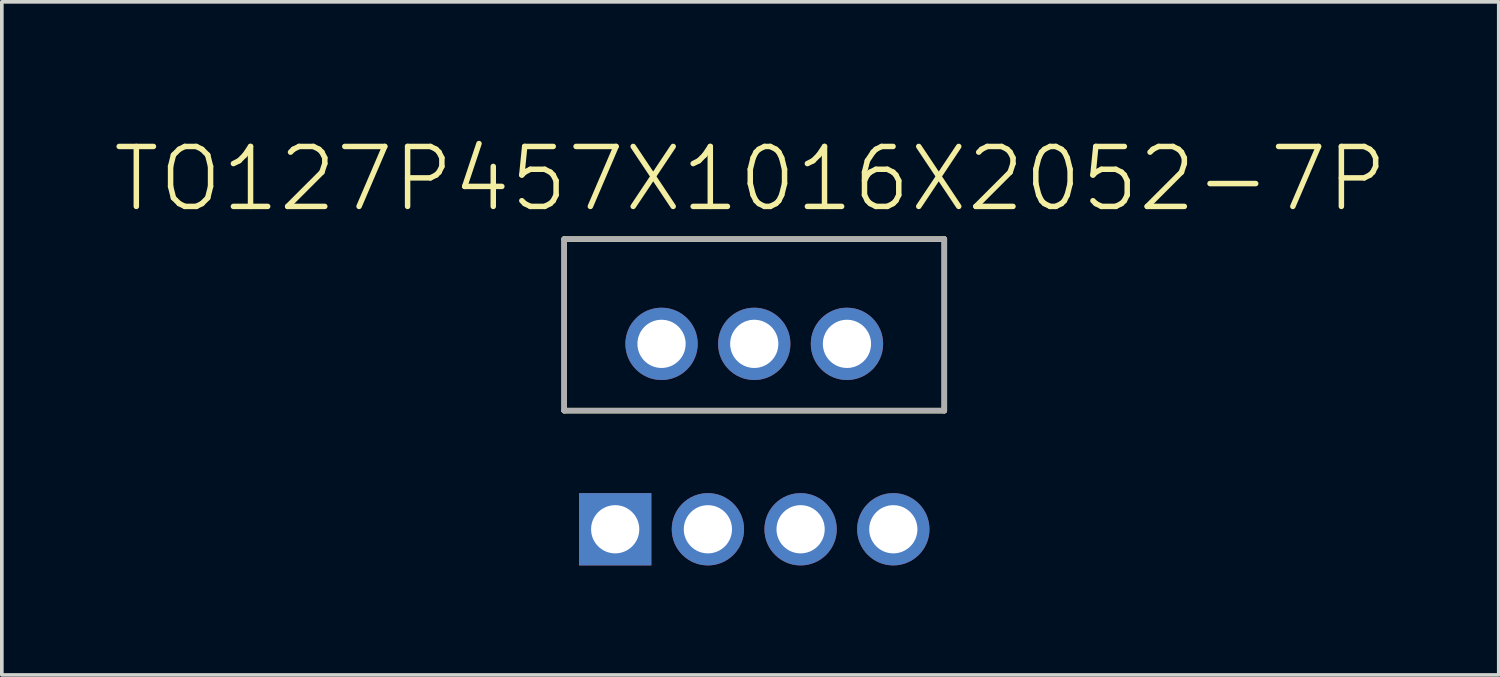
<source format=kicad_pcb>
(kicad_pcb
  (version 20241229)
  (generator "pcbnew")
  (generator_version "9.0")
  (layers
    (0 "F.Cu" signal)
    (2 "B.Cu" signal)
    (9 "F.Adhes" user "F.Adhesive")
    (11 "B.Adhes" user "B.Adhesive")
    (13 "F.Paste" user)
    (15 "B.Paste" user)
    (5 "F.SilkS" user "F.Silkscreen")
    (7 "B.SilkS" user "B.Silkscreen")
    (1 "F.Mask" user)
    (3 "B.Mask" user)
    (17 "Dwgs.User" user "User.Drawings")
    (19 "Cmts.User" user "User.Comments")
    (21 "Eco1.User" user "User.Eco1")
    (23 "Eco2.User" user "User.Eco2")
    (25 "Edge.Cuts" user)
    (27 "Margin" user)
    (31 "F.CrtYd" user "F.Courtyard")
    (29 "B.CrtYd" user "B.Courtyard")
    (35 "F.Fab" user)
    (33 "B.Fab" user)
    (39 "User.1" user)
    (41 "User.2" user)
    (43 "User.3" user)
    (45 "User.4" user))
  (footprint "TO127P457X1016X2052-7P"
    (layer "F.Cu")
    (at 21.425 0.25)
    (property "Reference" "TO127P457X1016X2052-7P" (at -3.919 1.603 0) (layer "F.SilkS") (effects (font (size 1.643 1.643) (thickness 0.15))))
    (attr through_hole)
    (fp_line (start -9.017 3.251) (end -9.017 7.95) (stroke (width 0.152) (type solid)) (layer "F.SilkS"))
    (fp_line (start -9.017 7.95) (end 1.397 7.95) (stroke (width 0.152) (type solid)) (layer "F.SilkS"))
    (fp_line (start 1.397 3.251) (end -9.017 3.251) (stroke (width 0.152) (type solid)) (layer "F.SilkS"))
    (fp_line (start 1.397 7.95) (end 1.397 3.251) (stroke (width 0.152) (type solid)) (layer "F.SilkS"))
    (fp_line (start -9.017 3.251) (end -9.017 7.95) (stroke (width 0.152) (type solid)) (layer "F.Fab"))
    (fp_line (start -9.017 7.95) (end 1.397 7.95) (stroke (width 0.152) (type solid)) (layer "F.Fab"))
    (fp_line (start 1.397 3.251) (end -9.017 3.251) (stroke (width 0.152) (type solid)) (layer "F.Fab"))
    (fp_line (start 1.397 7.95) (end 1.397 3.251) (stroke (width 0.152) (type solid)) (layer "F.Fab"))
    (pad "1" thru_hole rect (at -7.62 11.201) (size 1.981 1.981) (drill 1.321) (layers "*.Cu" "*.Mask"))
    (pad "2" thru_hole circle (at -6.35 6.121) (size 1.981 1.981) (drill 1.321) (layers "*.Cu" "*.Mask"))
    (pad "3" thru_hole circle (at -5.08 11.201) (size 1.981 1.981) (drill 1.321) (layers "*.Cu" "*.Mask"))
    (pad "4" thru_hole circle (at -3.81 6.121) (size 1.981 1.981) (drill 1.321) (layers "*.Cu" "*.Mask"))
    (pad "5" thru_hole circle (at -2.54 11.201) (size 1.981 1.981) (drill 1.321) (layers "*.Cu" "*.Mask"))
    (pad "6" thru_hole circle (at -1.27 6.121) (size 1.981 1.981) (drill 1.321) (layers "*.Cu" "*.Mask"))
    (pad "7" thru_hole circle (at 0 11.201) (size 1.981 1.981) (drill 1.321) (layers "*.Cu" "*.Mask")))
  (gr_rect
    (start -3 -3)
    (end 38.013 15.442)
    (stroke (width 0.1) (type default))
    (fill no)
    (layer "Edge.Cuts")))
</source>
